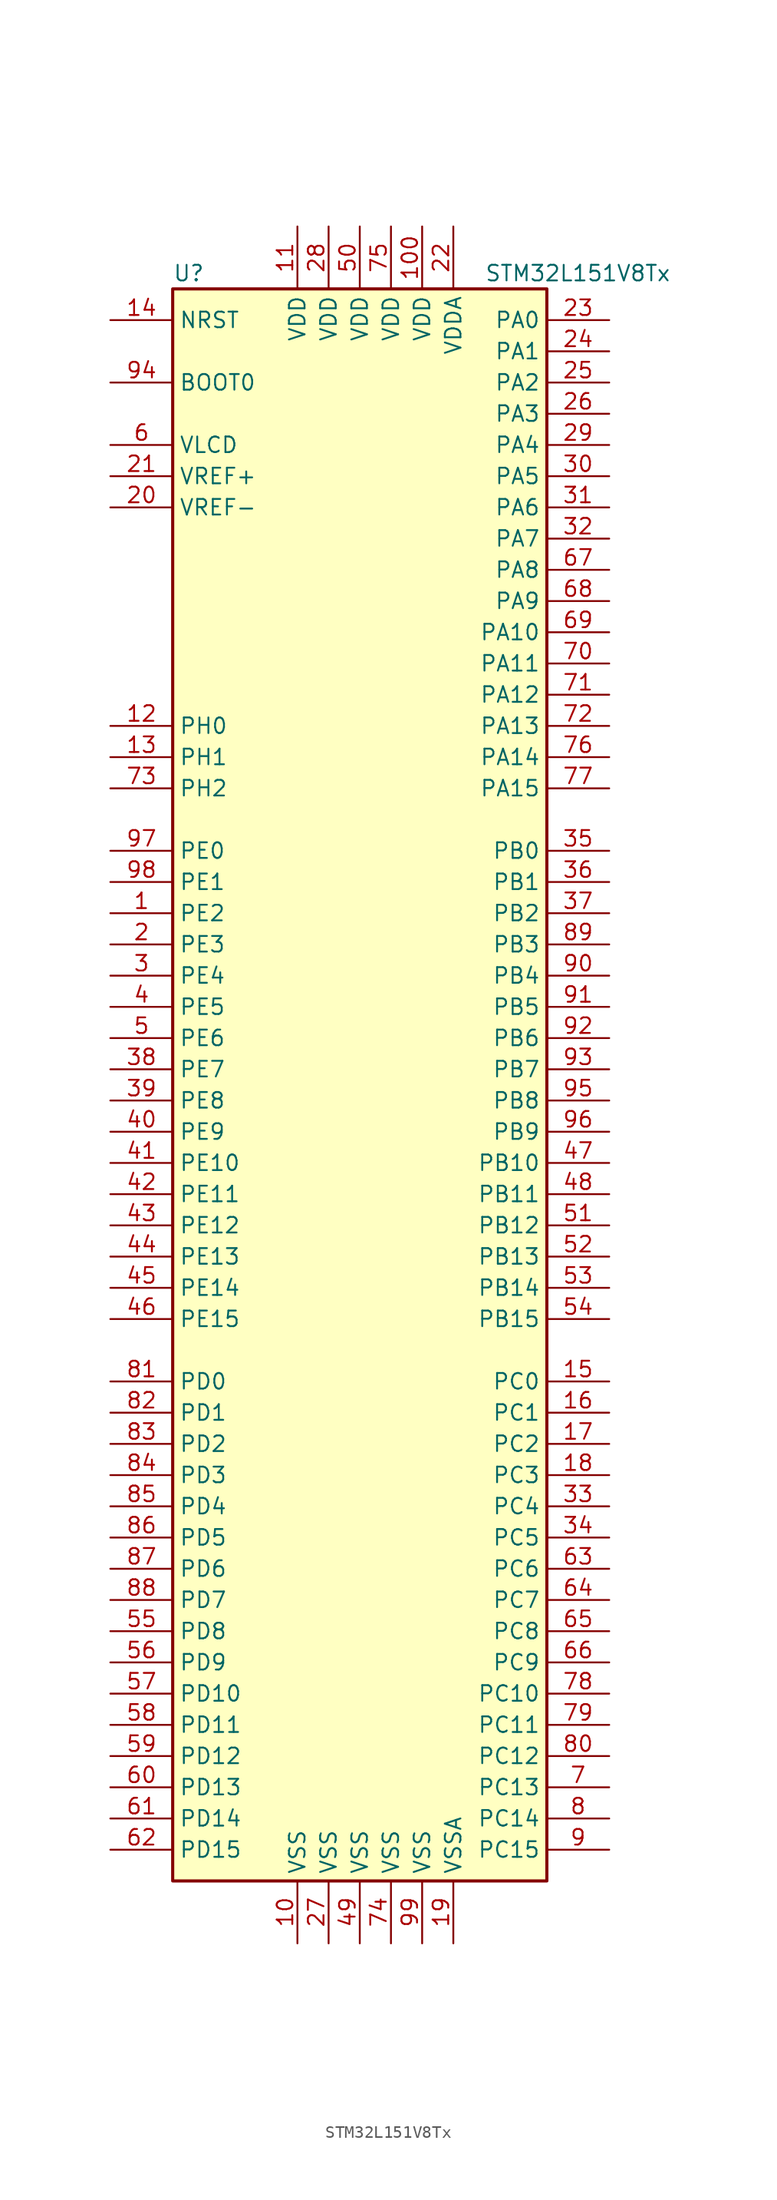
<source format=kicad_sym>
(kicad_symbol_lib
  (version 20201005)
  (generator kicad_symbol_editor)
  (symbol "STM32L151V8Tx"
    (property "Reference" "U"
      (at -15.24 64.77 0)
      (effects (font (size 1.27 1.27)) (justify left)))
    (property "Value" "STM32L151V8Tx"
      (at 10.16 64.77 0)
      (effects (font (size 1.27 1.27)) (justify left)))
    (symbol "STM32L151V8Tx_0_1"
      (rectangle (start -15.24 -66.04) (end 15.24 63.5) (stroke (width 0.254)) (fill (type background))))
    (symbol "STM32L151V8Tx_1_1"
      (pin input line (at -20.32 55.88 0) (length 5.08) (name "BOOT0" (effects (font (size 1.27 1.27)))) (number "94" (effects (font (size 1.27 1.27)))))
      (pin input line (at -20.32 60.96 0) (length 5.08) (name "NRST" (effects (font (size 1.27 1.27)))) (number "14" (effects (font (size 1.27 1.27)))))
      (pin bidirectional line (at 20.32 60.96 180) (length 5.08) (name "PA0" (effects (font (size 1.27 1.27)))) (number "23" (effects (font (size 1.27 1.27)))))
      (pin bidirectional line (at 20.32 58.42 180) (length 5.08) (name "PA1" (effects (font (size 1.27 1.27)))) (number "24" (effects (font (size 1.27 1.27)))))
      (pin bidirectional line (at 20.32 35.56 180) (length 5.08) (name "PA10" (effects (font (size 1.27 1.27)))) (number "69" (effects (font (size 1.27 1.27)))))
      (pin bidirectional line (at 20.32 33.02 180) (length 5.08) (name "PA11" (effects (font (size 1.27 1.27)))) (number "70" (effects (font (size 1.27 1.27)))))
      (pin bidirectional line (at 20.32 30.48 180) (length 5.08) (name "PA12" (effects (font (size 1.27 1.27)))) (number "71" (effects (font (size 1.27 1.27)))))
      (pin bidirectional line (at 20.32 27.94 180) (length 5.08) (name "PA13" (effects (font (size 1.27 1.27)))) (number "72" (effects (font (size 1.27 1.27)))))
      (pin bidirectional line (at 20.32 25.4 180) (length 5.08) (name "PA14" (effects (font (size 1.27 1.27)))) (number "76" (effects (font (size 1.27 1.27)))))
      (pin bidirectional line (at 20.32 22.86 180) (length 5.08) (name "PA15" (effects (font (size 1.27 1.27)))) (number "77" (effects (font (size 1.27 1.27)))))
      (pin bidirectional line (at 20.32 55.88 180) (length 5.08) (name "PA2" (effects (font (size 1.27 1.27)))) (number "25" (effects (font (size 1.27 1.27)))))
      (pin bidirectional line (at 20.32 53.34 180) (length 5.08) (name "PA3" (effects (font (size 1.27 1.27)))) (number "26" (effects (font (size 1.27 1.27)))))
      (pin bidirectional line (at 20.32 50.8 180) (length 5.08) (name "PA4" (effects (font (size 1.27 1.27)))) (number "29" (effects (font (size 1.27 1.27)))))
      (pin bidirectional line (at 20.32 48.26 180) (length 5.08) (name "PA5" (effects (font (size 1.27 1.27)))) (number "30" (effects (font (size 1.27 1.27)))))
      (pin bidirectional line (at 20.32 45.72 180) (length 5.08) (name "PA6" (effects (font (size 1.27 1.27)))) (number "31" (effects (font (size 1.27 1.27)))))
      (pin bidirectional line (at 20.32 43.18 180) (length 5.08) (name "PA7" (effects (font (size 1.27 1.27)))) (number "32" (effects (font (size 1.27 1.27)))))
      (pin bidirectional line (at 20.32 40.64 180) (length 5.08) (name "PA8" (effects (font (size 1.27 1.27)))) (number "67" (effects (font (size 1.27 1.27)))))
      (pin bidirectional line (at 20.32 38.1 180) (length 5.08) (name "PA9" (effects (font (size 1.27 1.27)))) (number "68" (effects (font (size 1.27 1.27)))))
      (pin bidirectional line (at 20.32 17.78 180) (length 5.08) (name "PB0" (effects (font (size 1.27 1.27)))) (number "35" (effects (font (size 1.27 1.27)))))
      (pin bidirectional line (at 20.32 15.24 180) (length 5.08) (name "PB1" (effects (font (size 1.27 1.27)))) (number "36" (effects (font (size 1.27 1.27)))))
      (pin bidirectional line (at 20.32 -7.62 180) (length 5.08) (name "PB10" (effects (font (size 1.27 1.27)))) (number "47" (effects (font (size 1.27 1.27)))))
      (pin bidirectional line (at 20.32 -10.16 180) (length 5.08) (name "PB11" (effects (font (size 1.27 1.27)))) (number "48" (effects (font (size 1.27 1.27)))))
      (pin bidirectional line (at 20.32 -12.7 180) (length 5.08) (name "PB12" (effects (font (size 1.27 1.27)))) (number "51" (effects (font (size 1.27 1.27)))))
      (pin bidirectional line (at 20.32 -15.24 180) (length 5.08) (name "PB13" (effects (font (size 1.27 1.27)))) (number "52" (effects (font (size 1.27 1.27)))))
      (pin bidirectional line (at 20.32 -17.78 180) (length 5.08) (name "PB14" (effects (font (size 1.27 1.27)))) (number "53" (effects (font (size 1.27 1.27)))))
      (pin bidirectional line (at 20.32 -20.32 180) (length 5.08) (name "PB15" (effects (font (size 1.27 1.27)))) (number "54" (effects (font (size 1.27 1.27)))))
      (pin bidirectional line (at 20.32 12.7 180) (length 5.08) (name "PB2" (effects (font (size 1.27 1.27)))) (number "37" (effects (font (size 1.27 1.27)))))
      (pin bidirectional line (at 20.32 10.16 180) (length 5.08) (name "PB3" (effects (font (size 1.27 1.27)))) (number "89" (effects (font (size 1.27 1.27)))))
      (pin bidirectional line (at 20.32 7.62 180) (length 5.08) (name "PB4" (effects (font (size 1.27 1.27)))) (number "90" (effects (font (size 1.27 1.27)))))
      (pin bidirectional line (at 20.32 5.08 180) (length 5.08) (name "PB5" (effects (font (size 1.27 1.27)))) (number "91" (effects (font (size 1.27 1.27)))))
      (pin bidirectional line (at 20.32 2.54 180) (length 5.08) (name "PB6" (effects (font (size 1.27 1.27)))) (number "92" (effects (font (size 1.27 1.27)))))
      (pin bidirectional line (at 20.32 0 180) (length 5.08) (name "PB7" (effects (font (size 1.27 1.27)))) (number "93" (effects (font (size 1.27 1.27)))))
      (pin bidirectional line (at 20.32 -2.54 180) (length 5.08) (name "PB8" (effects (font (size 1.27 1.27)))) (number "95" (effects (font (size 1.27 1.27)))))
      (pin bidirectional line (at 20.32 -5.08 180) (length 5.08) (name "PB9" (effects (font (size 1.27 1.27)))) (number "96" (effects (font (size 1.27 1.27)))))
      (pin bidirectional line (at 20.32 -25.4 180) (length 5.08) (name "PC0" (effects (font (size 1.27 1.27)))) (number "15" (effects (font (size 1.27 1.27)))))
      (pin bidirectional line (at 20.32 -27.94 180) (length 5.08) (name "PC1" (effects (font (size 1.27 1.27)))) (number "16" (effects (font (size 1.27 1.27)))))
      (pin bidirectional line (at 20.32 -50.8 180) (length 5.08) (name "PC10" (effects (font (size 1.27 1.27)))) (number "78" (effects (font (size 1.27 1.27)))))
      (pin bidirectional line (at 20.32 -53.34 180) (length 5.08) (name "PC11" (effects (font (size 1.27 1.27)))) (number "79" (effects (font (size 1.27 1.27)))))
      (pin bidirectional line (at 20.32 -55.88 180) (length 5.08) (name "PC12" (effects (font (size 1.27 1.27)))) (number "80" (effects (font (size 1.27 1.27)))))
      (pin bidirectional line (at 20.32 -58.42 180) (length 5.08) (name "PC13" (effects (font (size 1.27 1.27)))) (number "7" (effects (font (size 1.27 1.27)))))
      (pin bidirectional line (at 20.32 -60.96 180) (length 5.08) (name "PC14" (effects (font (size 1.27 1.27)))) (number "8" (effects (font (size 1.27 1.27)))))
      (pin bidirectional line (at 20.32 -63.5 180) (length 5.08) (name "PC15" (effects (font (size 1.27 1.27)))) (number "9" (effects (font (size 1.27 1.27)))))
      (pin bidirectional line (at 20.32 -30.48 180) (length 5.08) (name "PC2" (effects (font (size 1.27 1.27)))) (number "17" (effects (font (size 1.27 1.27)))))
      (pin bidirectional line (at 20.32 -33.02 180) (length 5.08) (name "PC3" (effects (font (size 1.27 1.27)))) (number "18" (effects (font (size 1.27 1.27)))))
      (pin bidirectional line (at 20.32 -35.56 180) (length 5.08) (name "PC4" (effects (font (size 1.27 1.27)))) (number "33" (effects (font (size 1.27 1.27)))))
      (pin bidirectional line (at 20.32 -38.1 180) (length 5.08) (name "PC5" (effects (font (size 1.27 1.27)))) (number "34" (effects (font (size 1.27 1.27)))))
      (pin bidirectional line (at 20.32 -40.64 180) (length 5.08) (name "PC6" (effects (font (size 1.27 1.27)))) (number "63" (effects (font (size 1.27 1.27)))))
      (pin bidirectional line (at 20.32 -43.18 180) (length 5.08) (name "PC7" (effects (font (size 1.27 1.27)))) (number "64" (effects (font (size 1.27 1.27)))))
      (pin bidirectional line (at 20.32 -45.72 180) (length 5.08) (name "PC8" (effects (font (size 1.27 1.27)))) (number "65" (effects (font (size 1.27 1.27)))))
      (pin bidirectional line (at 20.32 -48.26 180) (length 5.08) (name "PC9" (effects (font (size 1.27 1.27)))) (number "66" (effects (font (size 1.27 1.27)))))
      (pin bidirectional line (at -20.32 -25.4 0) (length 5.08) (name "PD0" (effects (font (size 1.27 1.27)))) (number "81" (effects (font (size 1.27 1.27)))))
      (pin bidirectional line (at -20.32 -27.94 0) (length 5.08) (name "PD1" (effects (font (size 1.27 1.27)))) (number "82" (effects (font (size 1.27 1.27)))))
      (pin bidirectional line (at -20.32 -50.8 0) (length 5.08) (name "PD10" (effects (font (size 1.27 1.27)))) (number "57" (effects (font (size 1.27 1.27)))))
      (pin bidirectional line (at -20.32 -53.34 0) (length 5.08) (name "PD11" (effects (font (size 1.27 1.27)))) (number "58" (effects (font (size 1.27 1.27)))))
      (pin bidirectional line (at -20.32 -55.88 0) (length 5.08) (name "PD12" (effects (font (size 1.27 1.27)))) (number "59" (effects (font (size 1.27 1.27)))))
      (pin bidirectional line (at -20.32 -58.42 0) (length 5.08) (name "PD13" (effects (font (size 1.27 1.27)))) (number "60" (effects (font (size 1.27 1.27)))))
      (pin bidirectional line (at -20.32 -60.96 0) (length 5.08) (name "PD14" (effects (font (size 1.27 1.27)))) (number "61" (effects (font (size 1.27 1.27)))))
      (pin bidirectional line (at -20.32 -63.5 0) (length 5.08) (name "PD15" (effects (font (size 1.27 1.27)))) (number "62" (effects (font (size 1.27 1.27)))))
      (pin bidirectional line (at -20.32 -30.48 0) (length 5.08) (name "PD2" (effects (font (size 1.27 1.27)))) (number "83" (effects (font (size 1.27 1.27)))))
      (pin bidirectional line (at -20.32 -33.02 0) (length 5.08) (name "PD3" (effects (font (size 1.27 1.27)))) (number "84" (effects (font (size 1.27 1.27)))))
      (pin bidirectional line (at -20.32 -35.56 0) (length 5.08) (name "PD4" (effects (font (size 1.27 1.27)))) (number "85" (effects (font (size 1.27 1.27)))))
      (pin bidirectional line (at -20.32 -38.1 0) (length 5.08) (name "PD5" (effects (font (size 1.27 1.27)))) (number "86" (effects (font (size 1.27 1.27)))))
      (pin bidirectional line (at -20.32 -40.64 0) (length 5.08) (name "PD6" (effects (font (size 1.27 1.27)))) (number "87" (effects (font (size 1.27 1.27)))))
      (pin bidirectional line (at -20.32 -43.18 0) (length 5.08) (name "PD7" (effects (font (size 1.27 1.27)))) (number "88" (effects (font (size 1.27 1.27)))))
      (pin bidirectional line (at -20.32 -45.72 0) (length 5.08) (name "PD8" (effects (font (size 1.27 1.27)))) (number "55" (effects (font (size 1.27 1.27)))))
      (pin bidirectional line (at -20.32 -48.26 0) (length 5.08) (name "PD9" (effects (font (size 1.27 1.27)))) (number "56" (effects (font (size 1.27 1.27)))))
      (pin bidirectional line (at -20.32 17.78 0) (length 5.08) (name "PE0" (effects (font (size 1.27 1.27)))) (number "97" (effects (font (size 1.27 1.27)))))
      (pin bidirectional line (at -20.32 15.24 0) (length 5.08) (name "PE1" (effects (font (size 1.27 1.27)))) (number "98" (effects (font (size 1.27 1.27)))))
      (pin bidirectional line (at -20.32 -7.62 0) (length 5.08) (name "PE10" (effects (font (size 1.27 1.27)))) (number "41" (effects (font (size 1.27 1.27)))))
      (pin bidirectional line (at -20.32 -10.16 0) (length 5.08) (name "PE11" (effects (font (size 1.27 1.27)))) (number "42" (effects (font (size 1.27 1.27)))))
      (pin bidirectional line (at -20.32 -12.7 0) (length 5.08) (name "PE12" (effects (font (size 1.27 1.27)))) (number "43" (effects (font (size 1.27 1.27)))))
      (pin bidirectional line (at -20.32 -15.24 0) (length 5.08) (name "PE13" (effects (font (size 1.27 1.27)))) (number "44" (effects (font (size 1.27 1.27)))))
      (pin bidirectional line (at -20.32 -17.78 0) (length 5.08) (name "PE14" (effects (font (size 1.27 1.27)))) (number "45" (effects (font (size 1.27 1.27)))))
      (pin bidirectional line (at -20.32 -20.32 0) (length 5.08) (name "PE15" (effects (font (size 1.27 1.27)))) (number "46" (effects (font (size 1.27 1.27)))))
      (pin bidirectional line (at -20.32 12.7 0) (length 5.08) (name "PE2" (effects (font (size 1.27 1.27)))) (number "1" (effects (font (size 1.27 1.27)))))
      (pin bidirectional line (at -20.32 10.16 0) (length 5.08) (name "PE3" (effects (font (size 1.27 1.27)))) (number "2" (effects (font (size 1.27 1.27)))))
      (pin bidirectional line (at -20.32 7.62 0) (length 5.08) (name "PE4" (effects (font (size 1.27 1.27)))) (number "3" (effects (font (size 1.27 1.27)))))
      (pin bidirectional line (at -20.32 5.08 0) (length 5.08) (name "PE5" (effects (font (size 1.27 1.27)))) (number "4" (effects (font (size 1.27 1.27)))))
      (pin bidirectional line (at -20.32 2.54 0) (length 5.08) (name "PE6" (effects (font (size 1.27 1.27)))) (number "5" (effects (font (size 1.27 1.27)))))
      (pin bidirectional line (at -20.32 0 0) (length 5.08) (name "PE7" (effects (font (size 1.27 1.27)))) (number "38" (effects (font (size 1.27 1.27)))))
      (pin bidirectional line (at -20.32 -2.54 0) (length 5.08) (name "PE8" (effects (font (size 1.27 1.27)))) (number "39" (effects (font (size 1.27 1.27)))))
      (pin bidirectional line (at -20.32 -5.08 0) (length 5.08) (name "PE9" (effects (font (size 1.27 1.27)))) (number "40" (effects (font (size 1.27 1.27)))))
      (pin input line (at -20.32 27.94 0) (length 5.08) (name "PH0" (effects (font (size 1.27 1.27)))) (number "12" (effects (font (size 1.27 1.27)))))
      (pin input line (at -20.32 25.4 0) (length 5.08) (name "PH1" (effects (font (size 1.27 1.27)))) (number "13" (effects (font (size 1.27 1.27)))))
      (pin bidirectional line (at -20.32 22.86 0) (length 5.08) (name "PH2" (effects (font (size 1.27 1.27)))) (number "73" (effects (font (size 1.27 1.27)))))
      (pin power_in line (at 5.08 68.58 270) (length 5.08) (name "VDD" (effects (font (size 1.27 1.27)))) (number "100" (effects (font (size 1.27 1.27)))))
      (pin power_in line (at -5.08 68.58 270) (length 5.08) (name "VDD" (effects (font (size 1.27 1.27)))) (number "11" (effects (font (size 1.27 1.27)))))
      (pin power_in line (at -2.54 68.58 270) (length 5.08) (name "VDD" (effects (font (size 1.27 1.27)))) (number "28" (effects (font (size 1.27 1.27)))))
      (pin power_in line (at 0 68.58 270) (length 5.08) (name "VDD" (effects (font (size 1.27 1.27)))) (number "50" (effects (font (size 1.27 1.27)))))
      (pin power_in line (at 2.54 68.58 270) (length 5.08) (name "VDD" (effects (font (size 1.27 1.27)))) (number "75" (effects (font (size 1.27 1.27)))))
      (pin power_in line (at 7.62 68.58 270) (length 5.08) (name "VDDA" (effects (font (size 1.27 1.27)))) (number "22" (effects (font (size 1.27 1.27)))))
      (pin power_in line (at -20.32 50.8 0) (length 5.08) (name "VLCD" (effects (font (size 1.27 1.27)))) (number "6" (effects (font (size 1.27 1.27)))))
      (pin power_in line (at -20.32 48.26 0) (length 5.08) (name "VREF+" (effects (font (size 1.27 1.27)))) (number "21" (effects (font (size 1.27 1.27)))))
      (pin power_in line (at -20.32 45.72 0) (length 5.08) (name "VREF-" (effects (font (size 1.27 1.27)))) (number "20" (effects (font (size 1.27 1.27)))))
      (pin power_in line (at -5.08 -71.12 90) (length 5.08) (name "VSS" (effects (font (size 1.27 1.27)))) (number "10" (effects (font (size 1.27 1.27)))))
      (pin power_in line (at -2.54 -71.12 90) (length 5.08) (name "VSS" (effects (font (size 1.27 1.27)))) (number "27" (effects (font (size 1.27 1.27)))))
      (pin power_in line (at 0 -71.12 90) (length 5.08) (name "VSS" (effects (font (size 1.27 1.27)))) (number "49" (effects (font (size 1.27 1.27)))))
      (pin power_in line (at 2.54 -71.12 90) (length 5.08) (name "VSS" (effects (font (size 1.27 1.27)))) (number "74" (effects (font (size 1.27 1.27)))))
      (pin power_in line (at 5.08 -71.12 90) (length 5.08) (name "VSS" (effects (font (size 1.27 1.27)))) (number "99" (effects (font (size 1.27 1.27)))))
      (pin power_in line (at 7.62 -71.12 90) (length 5.08) (name "VSSA" (effects (font (size 1.27 1.27)))) (number "19" (effects (font (size 1.27 1.27))))))))
</source>
